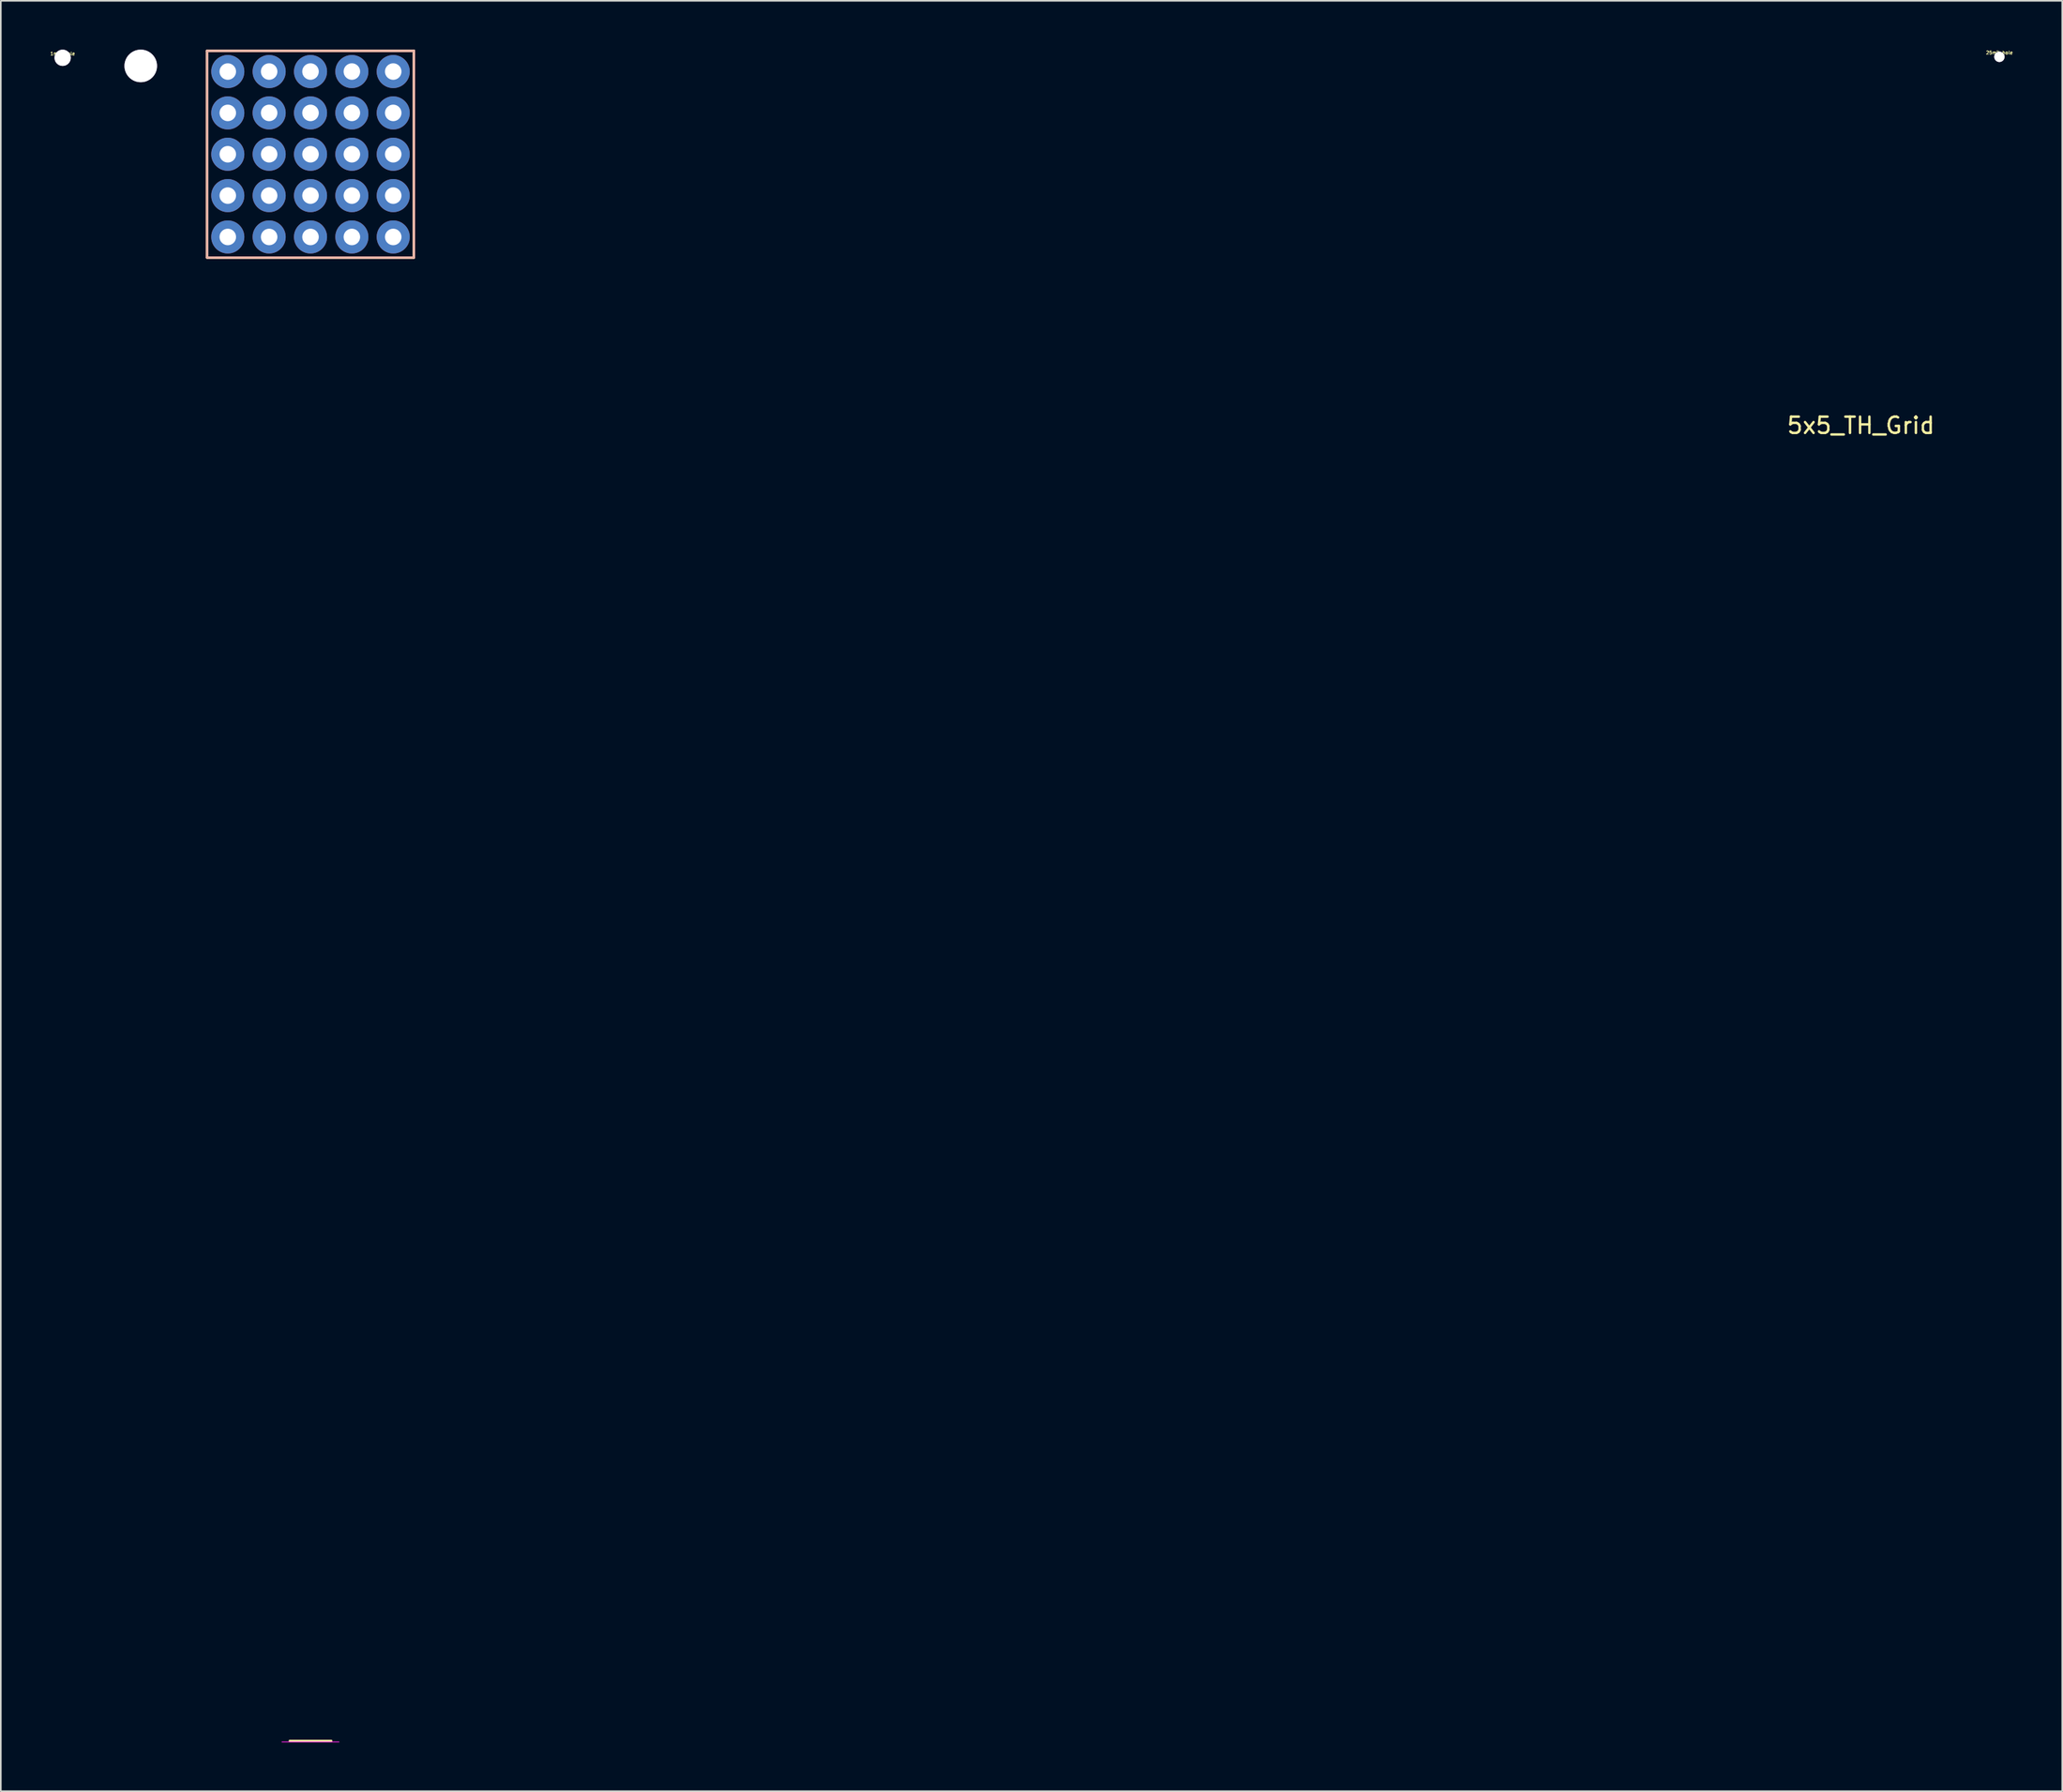
<source format=kicad_pcb>
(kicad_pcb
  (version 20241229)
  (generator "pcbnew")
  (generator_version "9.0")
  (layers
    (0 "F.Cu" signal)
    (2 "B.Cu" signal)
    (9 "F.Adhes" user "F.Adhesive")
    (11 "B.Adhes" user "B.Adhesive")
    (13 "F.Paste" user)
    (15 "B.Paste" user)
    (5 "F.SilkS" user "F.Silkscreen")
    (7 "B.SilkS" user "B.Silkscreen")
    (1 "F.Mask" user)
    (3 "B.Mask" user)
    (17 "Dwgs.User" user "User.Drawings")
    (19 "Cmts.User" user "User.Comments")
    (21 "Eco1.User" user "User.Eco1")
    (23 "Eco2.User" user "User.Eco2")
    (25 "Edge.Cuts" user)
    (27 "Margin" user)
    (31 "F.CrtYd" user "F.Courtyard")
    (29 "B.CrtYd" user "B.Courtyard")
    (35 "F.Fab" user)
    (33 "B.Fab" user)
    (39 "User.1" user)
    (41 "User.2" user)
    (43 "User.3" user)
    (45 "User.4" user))
  (footprint "2mm_hole"
    (layer "F.Cu")
    (at 5.594 1)
    (property "Reference" "2mm_hole" (at 0 -0.254 0) (layer "F.SilkS") (effects (font (size 0.2 0.2) (thickness 0.04))))
    (attr through_hole)
    (pad "" thru_hole circle (at 0 0) (size 2 2) (drill 2) (layers "*.Cu" "*.Mask")))
  (footprint "5x5_TH_Grid"
    (layer "F.Cu")
    (at 16.019 6.425)
    (property "Reference" "5x5_TH_Grid" (at 95.212 16.662 0) (layer "F.SilkS") (effects (font (size 1 1) (thickness 0.15))))
    (attr through_hole)
    (fp_line (start -6.35 -6.35) (end -6.35 6.33) (stroke (width 0.15) (type solid)) (layer "F.SilkS"))
    (fp_line (start -1.27 97.46) (end 1.27 97.46) (stroke (width 0.15) (type solid)) (layer "F.SilkS"))
    (fp_line (start 6.35 -6.35) (end -6.35 -6.35) (stroke (width 0.15) (type solid)) (layer "F.SilkS"))
    (fp_line (start 6.35 6.33) (end 6.35 -6.35) (stroke (width 0.15) (type solid)) (layer "F.SilkS"))
    (fp_line (start 6.35 6.35) (end -6.35 6.35) (stroke (width 0.15) (type solid)) (layer "F.SilkS"))
    (fp_line (start -6.35 -6.35) (end -6.35 6.33) (stroke (width 0.15) (type solid)) (layer "B.SilkS"))
    (fp_line (start 6.35 -6.35) (end -6.35 -6.35) (stroke (width 0.15) (type solid)) (layer "B.SilkS"))
    (fp_line (start 6.35 6.33) (end 6.35 -6.35) (stroke (width 0.15) (type solid)) (layer "B.SilkS"))
    (fp_line (start 6.35 6.35) (end -6.35 6.35) (stroke (width 0.15) (type solid)) (layer "B.SilkS"))
    (fp_line (start -1.75 97.523) (end 1.75 97.523) (stroke (width 0.05) (type solid)) (layer "F.CrtYd"))
    (pad "" thru_hole circle (at -5.08 -5.08) (size 2.032 2.032) (drill 1.016) (layers "B.Cu" "B.Mask"))
    (pad "" thru_hole circle (at -5.08 -2.54) (size 2.032 2.032) (drill 1.016) (layers "B.Cu" "B.Mask"))
    (pad "" thru_hole circle (at -5.08 0) (size 2.032 2.032) (drill 1.016) (layers "B.Cu" "B.Mask"))
    (pad "" thru_hole circle (at -5.08 2.54) (size 2.032 2.032) (drill 1.016) (layers "B.Cu" "B.Mask"))
    (pad "" thru_hole circle (at -5.08 5.08) (size 2.032 2.032) (drill 1.016) (layers "B.Cu" "B.Mask"))
    (pad "" thru_hole circle (at -2.54 -5.08) (size 2.032 2.032) (drill 1.016) (layers "B.Cu" "B.Mask"))
    (pad "" thru_hole circle (at -2.54 -2.54) (size 2.032 2.032) (drill 1.016) (layers "B.Cu" "B.Mask"))
    (pad "" thru_hole circle (at -2.54 0) (size 2.032 2.032) (drill 1.016) (layers "B.Cu" "B.Mask"))
    (pad "" thru_hole circle (at -2.54 2.54) (size 2.032 2.032) (drill 1.016) (layers "B.Cu" "B.Mask"))
    (pad "" thru_hole circle (at -2.54 5.08) (size 2.032 2.032) (drill 1.016) (layers "B.Cu" "B.Mask"))
    (pad "" thru_hole circle (at 0 -5.08) (size 2.032 2.032) (drill 1.016) (layers "B.Cu" "B.Mask"))
    (pad "" thru_hole circle (at 0 -2.54) (size 2.032 2.032) (drill 1.016) (layers "B.Cu" "B.Mask"))
    (pad "" thru_hole circle (at 0 0) (size 2.032 2.032) (drill 1.016) (layers "B.Cu" "B.Mask"))
    (pad "" thru_hole circle (at 0 2.54) (size 2.032 2.032) (drill 1.016) (layers "B.Cu" "B.Mask"))
    (pad "" thru_hole circle (at 0 5.08) (size 2.032 2.032) (drill 1.016) (layers "B.Cu" "B.Mask"))
    (pad "" thru_hole circle (at 2.54 -5.08) (size 2.032 2.032) (drill 1.016) (layers "B.Cu" "B.Mask"))
    (pad "" thru_hole circle (at 2.54 -2.54) (size 2.032 2.032) (drill 1.016) (layers "B.Cu" "B.Mask"))
    (pad "" thru_hole circle (at 2.54 0) (size 2.032 2.032) (drill 1.016) (layers "B.Cu" "B.Mask"))
    (pad "" thru_hole circle (at 2.54 2.54) (size 2.032 2.032) (drill 1.016) (layers "B.Cu" "B.Mask"))
    (pad "" thru_hole circle (at 2.54 5.08) (size 2.032 2.032) (drill 1.016) (layers "B.Cu" "B.Mask"))
    (pad "" thru_hole circle (at 5.08 -5.08) (size 2.032 2.032) (drill 1.016) (layers "B.Cu" "B.Mask"))
    (pad "" thru_hole circle (at 5.08 -2.54) (size 2.032 2.032) (drill 1.016) (layers "B.Cu" "B.Mask"))
    (pad "" thru_hole circle (at 5.08 0) (size 2.032 2.032) (drill 1.016) (layers "B.Cu" "B.Mask"))
    (pad "" thru_hole circle (at 5.08 2.54) (size 2.032 2.032) (drill 1.016) (layers "B.Cu" "B.Mask"))
    (pad "" thru_hole circle (at 5.08 5.08) (size 2.032 2.032) (drill 1.016) (layers "B.Cu" "B.Mask")))
  (footprint "1mm_hole"
    (layer "F.Cu")
    (at 0.797 0.5)
    (property "Reference" "1mm_hole" (at 0 -0.254 0) (layer "F.SilkS") (effects (font (size 0.2 0.2) (thickness 0.04))))
    (attr through_hole)
    (pad "" thru_hole circle (at 0 0) (size 1 1) (drill 1) (layers "*.Cu" "*.Mask")))
  (footprint "25mil_hole"
    (layer "F.Cu")
    (at 119.739 0.441)
    (property "Reference" "25mil_hole" (at 0 -0.254 0) (layer "F.SilkS") (effects (font (size 0.2 0.2) (thickness 0.04))))
    (attr through_hole)
    (pad "" thru_hole circle (at 0 0) (size 0.635 0.635) (drill 0.635) (layers "*.Cu" "*.Mask")))
  (gr_rect
    (start -3 -3)
    (end 123.598 106.973)
    (stroke (width 0.1) (type default))
    (fill no)
    (layer "Edge.Cuts")))
</source>
